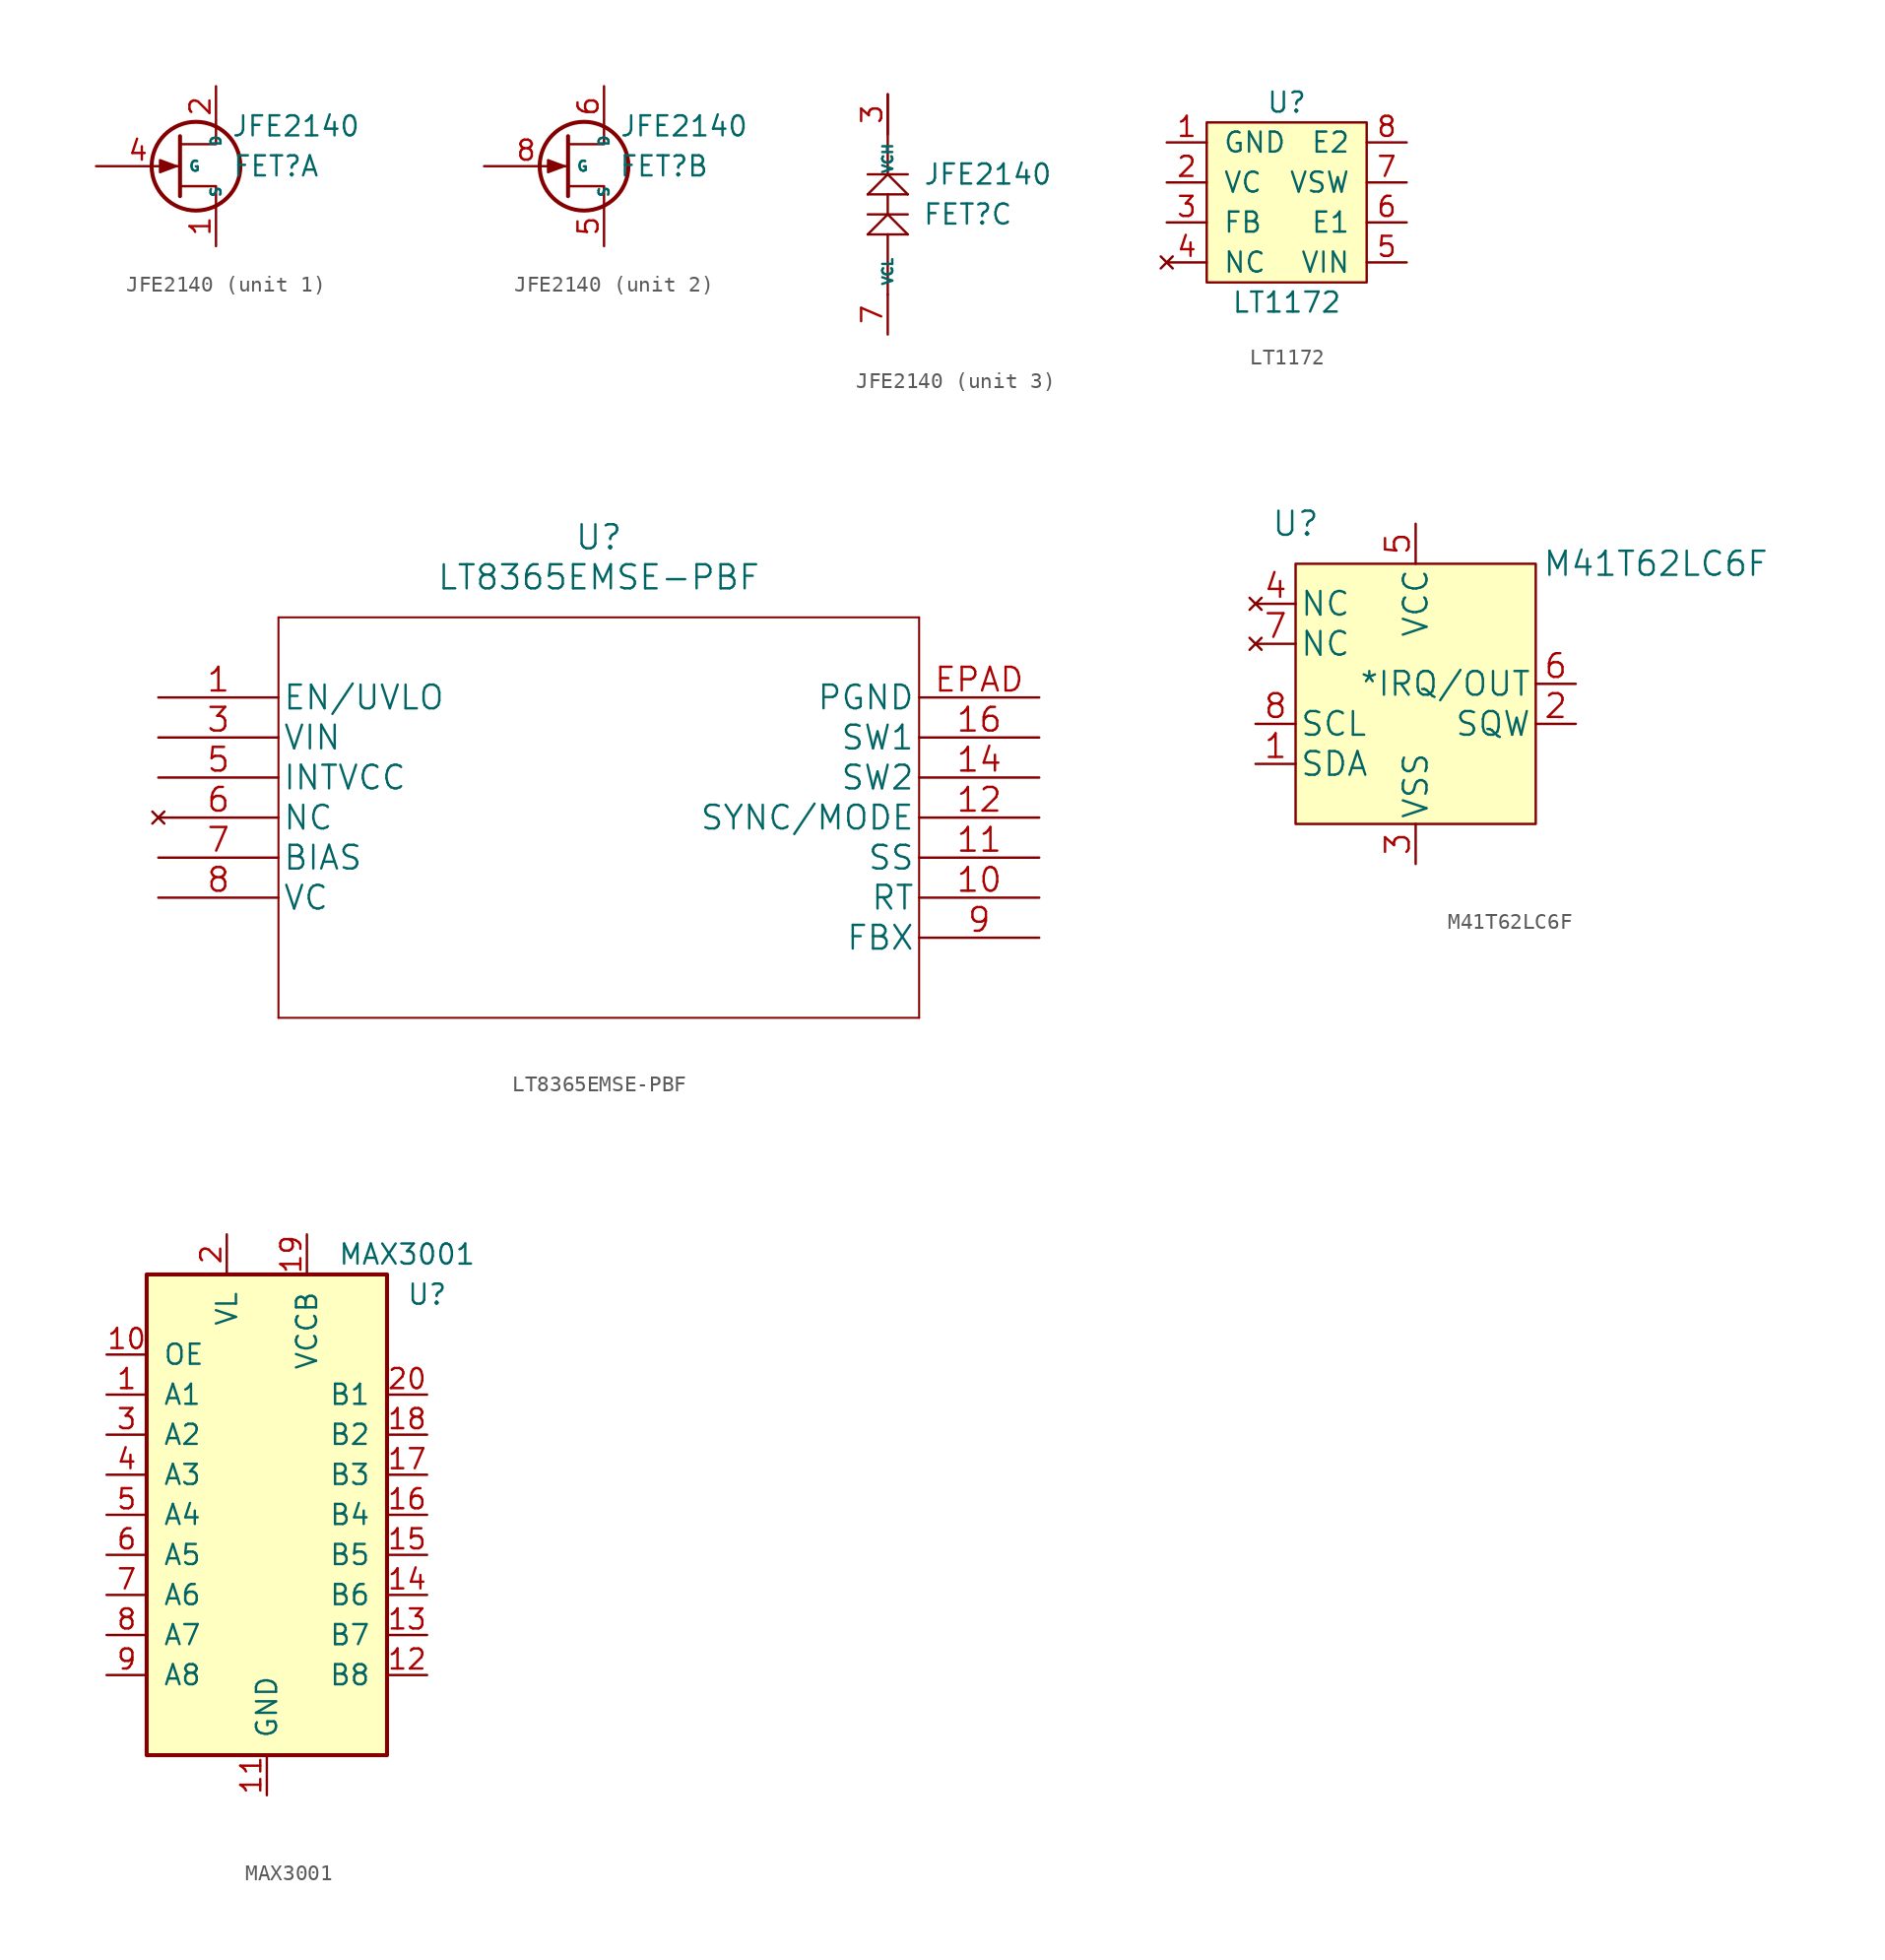
<source format=kicad_sym>
(kicad_symbol_lib
  (version 20211014)
  (generator kicad_symbol_editor)
  (symbol "JFE2140"
    (property "Reference" "FET"
      (at 5.08 0 0)
      (effects (font (size 1.27 1.27))))
    (property "Value" "JFE2140"
      (at 6.35 2.54 0)
      (effects (font (size 1.27 1.27))))
    (symbol "JFE2140_1_1"
      (polyline (pts (xy -1.016 1.905) (xy -1.016 -1.905) (xy -1.016 -1.905)) (stroke (width 0.254) (type default) (color 0 0 0 0)) (fill (type none)))
      (polyline (pts (xy 1.27 -2.54) (xy 1.27 -1.27) (xy -1.016 -1.27)) (stroke (width 0) (type default) (color 0 0 0 0)) (fill (type none)))
      (polyline (pts (xy 1.27 2.54) (xy 1.27 1.397) (xy -1.016 1.397)) (stroke (width 0) (type default) (color 0 0 0 0)) (fill (type none)))
      (polyline (pts (xy -1.27 0) (xy -2.286 0.381) (xy -2.286 -0.381) (xy -1.27 0)) (stroke (width 0) (type default) (color 0 0 0 0)) (fill (type outline)))
      (circle (center 0 0) (radius 2.819) (stroke (width 0.254) (type default) (color 0 0 0 0)) (fill (type none)))
      (pin passive line (at 1.27 -5.08 90) (length 2.54) (name "S" (effects (font (size 0.635 0.635)))) (number "1" (effects (font (size 1.27 1.27)))))
      (pin passive line (at 1.27 5.08 270) (length 2.54) (name "D" (effects (font (size 0.635 0.635)))) (number "2" (effects (font (size 1.27 1.27)))))
      (pin input line (at -6.35 0 0) (length 5.334) (name "G" (effects (font (size 0.635 0.635)))) (number "4" (effects (font (size 1.27 1.27))))))
    (symbol "JFE2140_2_1"
      (polyline (pts (xy -1.016 1.905) (xy -1.016 -1.905) (xy -1.016 -1.905)) (stroke (width 0.254) (type default) (color 0 0 0 0)) (fill (type none)))
      (polyline (pts (xy 1.27 -2.54) (xy 1.27 -1.27) (xy -1.016 -1.27)) (stroke (width 0) (type default) (color 0 0 0 0)) (fill (type none)))
      (polyline (pts (xy 1.27 2.54) (xy 1.27 1.397) (xy -1.016 1.397)) (stroke (width 0) (type default) (color 0 0 0 0)) (fill (type none)))
      (polyline (pts (xy -1.27 0) (xy -2.286 0.381) (xy -2.286 -0.381) (xy -1.27 0)) (stroke (width 0) (type default) (color 0 0 0 0)) (fill (type outline)))
      (circle (center 0 0) (radius 2.819) (stroke (width 0.254) (type default) (color 0 0 0 0)) (fill (type none)))
      (pin passive line (at 1.27 -5.08 90) (length 2.54) (name "S" (effects (font (size 0.635 0.635)))) (number "5" (effects (font (size 1.27 1.27)))))
      (pin passive line (at 1.27 5.08 270) (length 2.54) (name "D" (effects (font (size 0.635 0.635)))) (number "6" (effects (font (size 1.27 1.27)))))
      (pin input line (at -6.35 0 0) (length 5.334) (name "G" (effects (font (size 0.635 0.635)))) (number "8" (effects (font (size 1.27 1.27))))))
    (symbol "JFE2140_3_1"
      (polyline (pts (xy -1.27 0) (xy 1.27 0)) (stroke (width 0.152) (type default) (color 0 0 0 0)) (fill (type none)))
      (polyline (pts (xy -1.27 2.54) (xy 1.27 2.54)) (stroke (width 0.152) (type default) (color 0 0 0 0)) (fill (type none)))
      (polyline (pts (xy 0 -5.08) (xy 0 -1.27)) (stroke (width 0.152) (type default) (color 0 0 0 0)) (fill (type none)))
      (polyline (pts (xy 0 0) (xy -1.27 -1.27)) (stroke (width 0.152) (type default) (color 0 0 0 0)) (fill (type none)))
      (polyline (pts (xy 0 0) (xy 1.27 -1.27)) (stroke (width 0.152) (type default) (color 0 0 0 0)) (fill (type none)))
      (polyline (pts (xy 0 1.27) (xy 0 0)) (stroke (width 0.152) (type default) (color 0 0 0 0)) (fill (type none)))
      (polyline (pts (xy 0 2.54) (xy -1.27 1.27)) (stroke (width 0.152) (type default) (color 0 0 0 0)) (fill (type none)))
      (polyline (pts (xy 0 2.54) (xy 0 7.62)) (stroke (width 0.152) (type default) (color 0 0 0 0)) (fill (type none)))
      (polyline (pts (xy 0 2.54) (xy 1.27 1.27)) (stroke (width 0.152) (type default) (color 0 0 0 0)) (fill (type none)))
      (polyline (pts (xy 1.27 -1.27) (xy -1.27 -1.27)) (stroke (width 0.152) (type default) (color 0 0 0 0)) (fill (type none)))
      (polyline (pts (xy 1.27 1.27) (xy -1.27 1.27)) (stroke (width 0.152) (type default) (color 0 0 0 0)) (fill (type none)))
      (pin passive line (at 0 7.62 270) (length 2.54) (name "VCH" (effects (font (size 0.635 0.635)))) (number "3" (effects (font (size 1.27 1.27)))))
      (pin passive line (at 0 -7.62 90) (length 2.54) (name "VCL" (effects (font (size 0.635 0.635)))) (number "7" (effects (font (size 1.27 1.27)))))))
  (symbol "LT1172"
    (pin_names
      (offset 1.016))
    (property "Reference" "U"
      (at 5.08 12.7 0)
      (effects (font (size 1.27 1.27))))
    (property "Value" "LT1172"
      (at 5.08 0 0)
      (effects (font (size 1.27 1.27))))
    (symbol "LT1172_0_1"
      (rectangle (start 0 11.43) (end 10.16 1.27) (stroke (width 0) (type default) (color 0 0 0 0)) (fill (type background))))
    (symbol "LT1172_1_1"
      (pin power_in line (at -2.54 10.16 0) (length 2.54) (name "GND" (effects (font (size 1.27 1.27)))) (number "1" (effects (font (size 1.27 1.27)))))
      (pin input line (at -2.54 7.62 0) (length 2.54) (name "VC" (effects (font (size 1.27 1.27)))) (number "2" (effects (font (size 1.27 1.27)))))
      (pin input line (at -2.54 5.08 0) (length 2.54) (name "FB" (effects (font (size 1.27 1.27)))) (number "3" (effects (font (size 1.27 1.27)))))
      (pin no_connect line (at -2.54 2.54 0) (length 2.54) (name "NC" (effects (font (size 1.27 1.27)))) (number "4" (effects (font (size 1.27 1.27)))))
      (pin power_in line (at 12.7 2.54 180) (length 2.54) (name "VIN" (effects (font (size 1.27 1.27)))) (number "5" (effects (font (size 1.27 1.27)))))
      (pin input line (at 12.7 5.08 180) (length 2.54) (name "E1" (effects (font (size 1.27 1.27)))) (number "6" (effects (font (size 1.27 1.27)))))
      (pin power_out line (at 12.7 7.62 180) (length 2.54) (name "VSW" (effects (font (size 1.27 1.27)))) (number "7" (effects (font (size 1.27 1.27)))))
      (pin input line (at 12.7 10.16 180) (length 2.54) (name "E2" (effects (font (size 1.27 1.27)))) (number "8" (effects (font (size 1.27 1.27)))))))
  (symbol "LT8365EMSE-PBF"
    (pin_names
      (offset 0.254))
    (property "Reference" "U"
      (at 27.94 10.16 0)
      (effects (font (size 1.524 1.524))))
    (property "Value" "LT8365EMSE-PBF"
      (at 27.94 7.62 0)
      (effects (font (size 1.524 1.524))))
    (property "Datasheet" ""
      (at 0 0 0)
      (effects (font (size 1.524 1.524))))
    (property "ki_locked" ""
      (at 0 0 0)
      (effects (font (size 1.27 1.27))))
    (symbol "LT8365EMSE-PBF_1_1"
      (polyline (pts (xy 7.62 -20.32) (xy 48.26 -20.32)) (stroke (width 0.127) (type default) (color 0 0 0 0)) (fill (type none)))
      (polyline (pts (xy 7.62 5.08) (xy 7.62 -20.32)) (stroke (width 0.127) (type default) (color 0 0 0 0)) (fill (type none)))
      (polyline (pts (xy 48.26 -20.32) (xy 48.26 5.08)) (stroke (width 0.127) (type default) (color 0 0 0 0)) (fill (type none)))
      (polyline (pts (xy 48.26 5.08) (xy 7.62 5.08)) (stroke (width 0.127) (type default) (color 0 0 0 0)) (fill (type none)))
      (pin input line (at 0 0 0) (length 7.62) (name "EN/UVLO" (effects (font (size 1.499 1.499)))) (number "1" (effects (font (size 1.499 1.499)))))
      (pin input line (at 55.88 -12.7 180) (length 7.62) (name "RT" (effects (font (size 1.499 1.499)))) (number "10" (effects (font (size 1.499 1.499)))))
      (pin input line (at 55.88 -10.16 180) (length 7.62) (name "SS" (effects (font (size 1.499 1.499)))) (number "11" (effects (font (size 1.499 1.499)))))
      (pin input line (at 55.88 -7.62 180) (length 7.62) (name "SYNC/MODE" (effects (font (size 1.499 1.499)))) (number "12" (effects (font (size 1.499 1.499)))))
      (pin passive line (at 55.88 -5.08 180) (length 7.62) (name "SW2" (effects (font (size 1.499 1.499)))) (number "14" (effects (font (size 1.499 1.499)))))
      (pin passive line (at 55.88 -2.54 180) (length 7.62) (name "SW1" (effects (font (size 1.499 1.499)))) (number "16" (effects (font (size 1.499 1.499)))))
      (pin power_in line (at 0 -2.54 0) (length 7.62) (name "VIN" (effects (font (size 1.499 1.499)))) (number "3" (effects (font (size 1.499 1.499)))))
      (pin passive line (at 0 -5.08 0) (length 7.62) (name "INTVCC" (effects (font (size 1.499 1.499)))) (number "5" (effects (font (size 1.499 1.499)))))
      (pin no_connect line (at 0 -7.62 0) (length 7.62) (name "NC" (effects (font (size 1.499 1.499)))) (number "6" (effects (font (size 1.499 1.499)))))
      (pin power_in line (at 0 -10.16 0) (length 7.62) (name "BIAS" (effects (font (size 1.499 1.499)))) (number "7" (effects (font (size 1.499 1.499)))))
      (pin output line (at 0 -12.7 0) (length 7.62) (name "VC" (effects (font (size 1.499 1.499)))) (number "8" (effects (font (size 1.499 1.499)))))
      (pin output line (at 55.88 -15.24 180) (length 7.62) (name "FBX" (effects (font (size 1.499 1.499)))) (number "9" (effects (font (size 1.499 1.499)))))
      (pin power_in line (at 55.88 0 180) (length 7.62) (name "PGND" (effects (font (size 1.499 1.499)))) (number "EPAD" (effects (font (size 1.499 1.499)))))))
  (symbol "M41T62LC6F"
    (pin_names
      (offset 0.254))
    (property "Reference" "U"
      (at 2.54 6.35 0)
      (effects (font (size 1.524 1.524))))
    (property "Value" "M41T62LC6F"
      (at 25.4 3.81 0)
      (effects (font (size 1.524 1.524))))
    (property "Datasheet" ""
      (at 0 -8.89 0)
      (effects (font (size 1.524 1.524))))
    (property "ki_locked" ""
      (at 0 0 0)
      (effects (font (size 1.27 1.27))))
    (symbol "M41T62LC6F_0_1"
      (rectangle (start 2.54 3.81) (end 17.78 -12.7) (stroke (width 0) (type default) (color 0 0 0 0)) (fill (type background))))
    (symbol "M41T62LC6F_1_1"
      (pin bidirectional line (at 0 -8.89 0) (length 2.54) (name "SDA" (effects (font (size 1.499 1.499)))) (number "1" (effects (font (size 1.499 1.499)))))
      (pin unspecified line (at 20.32 -6.35 180) (length 2.54) (name "SQW" (effects (font (size 1.499 1.499)))) (number "2" (effects (font (size 1.499 1.499)))))
      (pin power_in line (at 10.16 -15.24 90) (length 2.54) (name "VSS" (effects (font (size 1.499 1.499)))) (number "3" (effects (font (size 1.499 1.499)))))
      (pin no_connect line (at 0 1.27 0) (length 2.54) (name "NC" (effects (font (size 1.499 1.499)))) (number "4" (effects (font (size 1.499 1.499)))))
      (pin power_in line (at 10.16 6.35 270) (length 2.54) (name "VCC" (effects (font (size 1.499 1.499)))) (number "5" (effects (font (size 1.499 1.499)))))
      (pin output line (at 20.32 -3.81 180) (length 2.54) (name "*IRQ/OUT" (effects (font (size 1.499 1.499)))) (number "6" (effects (font (size 1.499 1.499)))))
      (pin no_connect line (at 0 -1.27 0) (length 2.54) (name "NC" (effects (font (size 1.499 1.499)))) (number "7" (effects (font (size 1.499 1.499)))))
      (pin input line (at 0 -6.35 0) (length 2.54) (name "SCL" (effects (font (size 1.499 1.499)))) (number "8" (effects (font (size 1.499 1.499)))))))
  (symbol "MAX3001"
    (pin_names
      (offset 1.016))
    (property "Reference" "U"
      (at 10.16 13.97 0)
      (effects (font (size 1.27 1.27))))
    (property "Value" "MAX3001"
      (at 8.89 16.51 0)
      (effects (font (size 1.27 1.27))))
    (symbol "MAX3001_1_1"
      (rectangle (start -7.62 15.24) (end 7.62 -15.24) (stroke (width 0.254) (type default) (color 0 0 0 0)) (fill (type background)))
      (pin bidirectional line (at -10.16 7.62 0) (length 2.54) (name "A1" (effects (font (size 1.27 1.27)))) (number "1" (effects (font (size 1.27 1.27)))))
      (pin input line (at -10.16 10.16 0) (length 2.54) (name "OE" (effects (font (size 1.27 1.27)))) (number "10" (effects (font (size 1.27 1.27)))))
      (pin power_in line (at 0 -17.78 90) (length 2.54) (name "GND" (effects (font (size 1.27 1.27)))) (number "11" (effects (font (size 1.27 1.27)))))
      (pin bidirectional line (at 10.16 -10.16 180) (length 2.54) (name "B8" (effects (font (size 1.27 1.27)))) (number "12" (effects (font (size 1.27 1.27)))))
      (pin bidirectional line (at 10.16 -7.62 180) (length 2.54) (name "B7" (effects (font (size 1.27 1.27)))) (number "13" (effects (font (size 1.27 1.27)))))
      (pin bidirectional line (at 10.16 -5.08 180) (length 2.54) (name "B6" (effects (font (size 1.27 1.27)))) (number "14" (effects (font (size 1.27 1.27)))))
      (pin bidirectional line (at 10.16 -2.54 180) (length 2.54) (name "B5" (effects (font (size 1.27 1.27)))) (number "15" (effects (font (size 1.27 1.27)))))
      (pin bidirectional line (at 10.16 0 180) (length 2.54) (name "B4" (effects (font (size 1.27 1.27)))) (number "16" (effects (font (size 1.27 1.27)))))
      (pin bidirectional line (at 10.16 2.54 180) (length 2.54) (name "B3" (effects (font (size 1.27 1.27)))) (number "17" (effects (font (size 1.27 1.27)))))
      (pin bidirectional line (at 10.16 5.08 180) (length 2.54) (name "B2" (effects (font (size 1.27 1.27)))) (number "18" (effects (font (size 1.27 1.27)))))
      (pin power_in line (at 2.54 17.78 270) (length 2.54) (name "VCCB" (effects (font (size 1.27 1.27)))) (number "19" (effects (font (size 1.27 1.27)))))
      (pin power_in line (at -2.54 17.78 270) (length 2.54) (name "VL" (effects (font (size 1.27 1.27)))) (number "2" (effects (font (size 1.27 1.27)))))
      (pin bidirectional line (at 10.16 7.62 180) (length 2.54) (name "B1" (effects (font (size 1.27 1.27)))) (number "20" (effects (font (size 1.27 1.27)))))
      (pin bidirectional line (at -10.16 5.08 0) (length 2.54) (name "A2" (effects (font (size 1.27 1.27)))) (number "3" (effects (font (size 1.27 1.27)))))
      (pin bidirectional line (at -10.16 2.54 0) (length 2.54) (name "A3" (effects (font (size 1.27 1.27)))) (number "4" (effects (font (size 1.27 1.27)))))
      (pin bidirectional line (at -10.16 0 0) (length 2.54) (name "A4" (effects (font (size 1.27 1.27)))) (number "5" (effects (font (size 1.27 1.27)))))
      (pin bidirectional line (at -10.16 -2.54 0) (length 2.54) (name "A5" (effects (font (size 1.27 1.27)))) (number "6" (effects (font (size 1.27 1.27)))))
      (pin bidirectional line (at -10.16 -5.08 0) (length 2.54) (name "A6" (effects (font (size 1.27 1.27)))) (number "7" (effects (font (size 1.27 1.27)))))
      (pin bidirectional line (at -10.16 -7.62 0) (length 2.54) (name "A7" (effects (font (size 1.27 1.27)))) (number "8" (effects (font (size 1.27 1.27)))))
      (pin bidirectional line (at -10.16 -10.16 0) (length 2.54) (name "A8" (effects (font (size 1.27 1.27)))) (number "9" (effects (font (size 1.27 1.27))))))))
</source>
